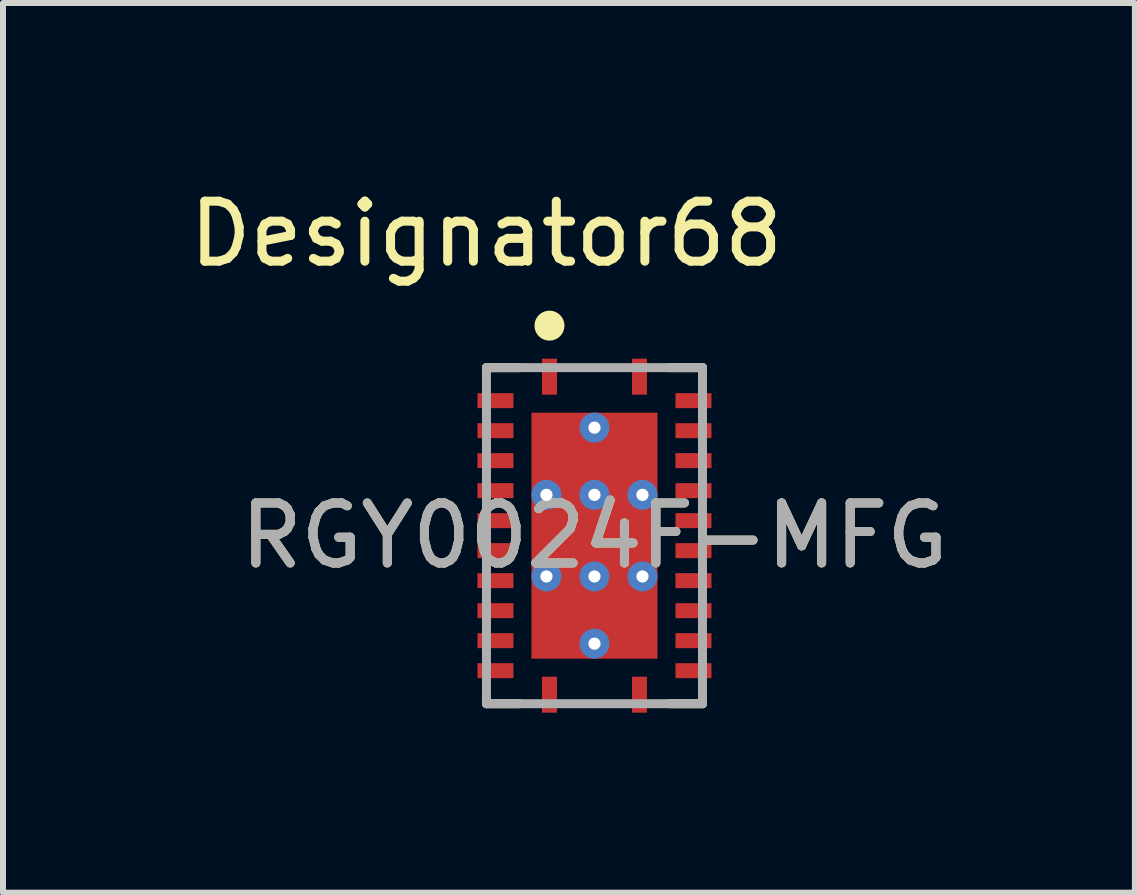
<source format=kicad_pcb>
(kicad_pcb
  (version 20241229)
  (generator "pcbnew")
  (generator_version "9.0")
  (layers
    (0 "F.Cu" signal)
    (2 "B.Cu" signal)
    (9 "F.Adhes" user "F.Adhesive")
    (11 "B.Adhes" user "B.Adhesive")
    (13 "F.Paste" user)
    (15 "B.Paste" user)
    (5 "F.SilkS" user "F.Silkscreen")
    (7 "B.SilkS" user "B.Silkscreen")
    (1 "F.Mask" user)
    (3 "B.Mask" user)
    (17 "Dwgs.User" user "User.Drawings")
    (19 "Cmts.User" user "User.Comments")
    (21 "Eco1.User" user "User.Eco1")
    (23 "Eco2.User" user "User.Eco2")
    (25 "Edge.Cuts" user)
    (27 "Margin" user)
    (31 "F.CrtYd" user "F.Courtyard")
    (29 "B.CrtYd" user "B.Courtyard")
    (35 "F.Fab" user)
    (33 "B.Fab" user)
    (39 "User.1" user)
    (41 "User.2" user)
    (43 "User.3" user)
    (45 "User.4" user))
  (footprint "RGY0024F-MFG"
    (layer "F.Cu")
    (at 6.857 5.877)
    (property "Reference" "RGY0024F-MFG" (at 0 0 0) (unlocked yes) (layer "F.SilkS") (effects (font (size 1 1) (thickness 0.15))))
    (attr smd)
    (fp_line (start -1.8 -2.8) (end -1.25 -2.8) (stroke (width 0.15) (type solid)) (layer "F.SilkS"))
    (fp_line (start -1.8 -2.75) (end -1.8 -2.8) (stroke (width 0.15) (type solid)) (layer "F.SilkS"))
    (fp_line (start -1.8 2.8) (end -1.8 2.75) (stroke (width 0.15) (type solid)) (layer "F.SilkS"))
    (fp_line (start -1.8 2.8) (end -1.25 2.8) (stroke (width 0.15) (type solid)) (layer "F.SilkS"))
    (fp_line (start 1.25 -2.8) (end 1.8 -2.8) (stroke (width 0.15) (type solid)) (layer "F.SilkS"))
    (fp_line (start 1.25 2.8) (end 1.8 2.8) (stroke (width 0.15) (type solid)) (layer "F.SilkS"))
    (fp_line (start 1.8 -2.75) (end 1.8 -2.8) (stroke (width 0.15) (type solid)) (layer "F.SilkS"))
    (fp_line (start 1.8 2.8) (end 1.8 2.75) (stroke (width 0.15) (type solid)) (layer "F.SilkS"))
    (fp_circle (center -0.75 -3.5) (end -0.625 -3.5) (stroke (width 0.25) (type solid)) (fill no) (layer "F.SilkS"))
    (fp_poly (pts (xy -0.99 1.94) (xy -1.04 1.89) (xy -1.04 0.83) (xy -0.99 0.78) (xy -0.15 0.78) (xy -0.1 0.83) (xy -0.1 1.89) (xy -0.15 1.94)) (stroke (width 0) (type solid)) (fill yes) (layer "F.Paste"))
    (fp_poly (pts (xy -0.15 0.58) (xy -0.99 0.58) (xy -1.04 0.53) (xy -1.04 -0.53) (xy -0.99 -0.58) (xy -0.15 -0.58) (xy -0.1 -0.53) (xy -0.1 0.53)) (stroke (width 0) (type solid)) (fill yes) (layer "F.Paste"))
    (fp_poly (pts (xy -0.1 -0.83) (xy -0.15 -0.78) (xy -0.99 -0.78) (xy -1.04 -0.83) (xy -1.04 -1.89) (xy -0.99 -1.94) (xy -0.15 -1.94) (xy -0.1 -1.89)) (stroke (width 0) (type solid)) (fill yes) (layer "F.Paste"))
    (fp_poly (pts (xy 0.1 -0.83) (xy 0.1 -1.89) (xy 0.15 -1.94) (xy 0.99 -1.94) (xy 1.04 -1.89) (xy 1.04 -0.83) (xy 0.99 -0.78) (xy 0.15 -0.78)) (stroke (width 0) (type solid)) (fill yes) (layer "F.Paste"))
    (fp_poly (pts (xy 0.1 0.83) (xy 0.15 0.78) (xy 0.99 0.78) (xy 1.04 0.83) (xy 1.04 1.89) (xy 0.99 1.94) (xy 0.15 1.94) (xy 0.1 1.89)) (stroke (width 0) (type solid)) (fill yes) (layer "F.Paste"))
    (fp_poly (pts (xy 1.04 0.53) (xy 0.99 0.58) (xy 0.15 0.58) (xy 0.1 0.53) (xy 0.1 -0.53) (xy 0.15 -0.58) (xy 0.99 -0.58) (xy 1.04 -0.53)) (stroke (width 0) (type solid)) (fill yes) (layer "F.Paste"))
    (fp_line (start -1.8 -2.8) (end 1.8 -2.8) (stroke (width 0.15) (type solid)) (layer "F.Fab"))
    (fp_line (start -1.8 2.8) (end -1.8 -2.8) (stroke (width 0.15) (type solid)) (layer "F.Fab"))
    (fp_line (start -1.8 2.8) (end 1.8 2.8) (stroke (width 0.15) (type solid)) (layer "F.Fab"))
    (fp_line (start 1.8 2.8) (end 1.8 -2.8) (stroke (width 0.15) (type solid)) (layer "F.Fab"))
    (fp_text user "Designator68" (at -1.803 -5.029 0) (unlocked yes) (layer "F.SilkS") (effects (font (size 1 1) (thickness 0.15))))
    (fp_text user "${REFERENCE}" (at 0 0 0) (unlocked yes) (layer "F.Fab") (effects (font (size 1 1) (thickness 0.15))))
    (pad "1" smd rect (at -0.75 -2.65) (size 0.25 0.6) (layers "F.Cu" "F.Mask" "F.Paste"))
    (pad "2" smd rect (at -1.65 -2.25 90) (size 0.25 0.6) (layers "F.Cu" "F.Mask" "F.Paste"))
    (pad "3" smd rect (at -1.65 -1.75 90) (size 0.25 0.6) (layers "F.Cu" "F.Mask" "F.Paste"))
    (pad "4" smd rect (at -1.65 -1.25 90) (size 0.25 0.6) (layers "F.Cu" "F.Mask" "F.Paste"))
    (pad "5" smd rect (at -1.65 -0.75 90) (size 0.25 0.6) (layers "F.Cu" "F.Mask" "F.Paste"))
    (pad "6" smd rect (at -1.65 -0.25 90) (size 0.25 0.6) (layers "F.Cu" "F.Mask" "F.Paste"))
    (pad "7" smd rect (at -1.65 0.25 90) (size 0.25 0.6) (layers "F.Cu" "F.Mask" "F.Paste"))
    (pad "8" smd rect (at -1.65 0.75 90) (size 0.25 0.6) (layers "F.Cu" "F.Mask" "F.Paste"))
    (pad "9" smd rect (at -1.65 1.25 90) (size 0.25 0.6) (layers "F.Cu" "F.Mask" "F.Paste"))
    (pad "10" smd rect (at -1.65 1.75 90) (size 0.25 0.6) (layers "F.Cu" "F.Mask" "F.Paste"))
    (pad "11" smd rect (at -1.65 2.25 90) (size 0.25 0.6) (layers "F.Cu" "F.Mask" "F.Paste"))
    (pad "12" smd rect (at -0.75 2.65) (size 0.25 0.6) (layers "F.Cu" "F.Mask" "F.Paste"))
    (pad "13" smd rect (at 0.75 2.65) (size 0.25 0.6) (layers "F.Cu" "F.Mask" "F.Paste"))
    (pad "14" smd rect (at 1.65 2.25 90) (size 0.25 0.6) (layers "F.Cu" "F.Mask" "F.Paste"))
    (pad "15" smd rect (at 1.65 1.75 90) (size 0.25 0.6) (layers "F.Cu" "F.Mask" "F.Paste"))
    (pad "16" smd rect (at 1.65 1.25 90) (size 0.25 0.6) (layers "F.Cu" "F.Mask" "F.Paste"))
    (pad "17" smd rect (at 1.65 0.75 90) (size 0.25 0.6) (layers "F.Cu" "F.Mask" "F.Paste"))
    (pad "18" smd rect (at 1.65 0.25 90) (size 0.25 0.6) (layers "F.Cu" "F.Mask" "F.Paste"))
    (pad "19" smd rect (at 1.65 -0.25 90) (size 0.25 0.6) (layers "F.Cu" "F.Mask" "F.Paste"))
    (pad "20" smd rect (at 1.65 -0.75 90) (size 0.25 0.6) (layers "F.Cu" "F.Mask" "F.Paste"))
    (pad "21" smd rect (at 1.65 -1.25 90) (size 0.25 0.6) (layers "F.Cu" "F.Mask" "F.Paste"))
    (pad "22" smd rect (at 1.65 -1.75 90) (size 0.25 0.6) (layers "F.Cu" "F.Mask" "F.Paste"))
    (pad "23" smd rect (at 1.65 -2.25 90) (size 0.25 0.6) (layers "F.Cu" "F.Mask" "F.Paste"))
    (pad "24" smd rect (at 0.75 -2.65) (size 0.25 0.6) (layers "F.Cu" "F.Mask" "F.Paste"))
    (pad "25" smd rect (at 0 0) (size 2.1 4.1) (layers "F.Cu" "F.Mask"))
    (pad "26" thru_hole circle (at -0.8 -0.68) (size 0.5 0.5) (drill 0.203) (layers "*.Cu" "*.Mask"))
    (pad "27" thru_hole circle (at -0.8 0.68) (size 0.5 0.5) (drill 0.203) (layers "*.Cu" "*.Mask"))
    (pad "28" thru_hole circle (at 0.8 -0.68) (size 0.5 0.5) (drill 0.203) (layers "*.Cu" "*.Mask"))
    (pad "29" thru_hole circle (at 0.8 0.68) (size 0.5 0.5) (drill 0.203) (layers "*.Cu" "*.Mask"))
    (pad "30" thru_hole circle (at 0 -0.68) (size 0.5 0.5) (drill 0.203) (layers "*.Cu" "*.Mask"))
    (pad "31" thru_hole circle (at 0 0.68) (size 0.5 0.5) (drill 0.203) (layers "*.Cu" "*.Mask"))
    (pad "32" thru_hole circle (at 0 -1.8) (size 0.5 0.5) (drill 0.203) (layers "*.Cu" "*.Mask"))
    (pad "33" thru_hole circle (at 0 1.8) (size 0.5 0.5) (drill 0.203) (layers "*.Cu" "*.Mask")))
  (gr_rect
    (start -3 -3)
    (end 15.863 11.827)
    (stroke (width 0.1) (type default))
    (fill no)
    (layer "Edge.Cuts")))
</source>
